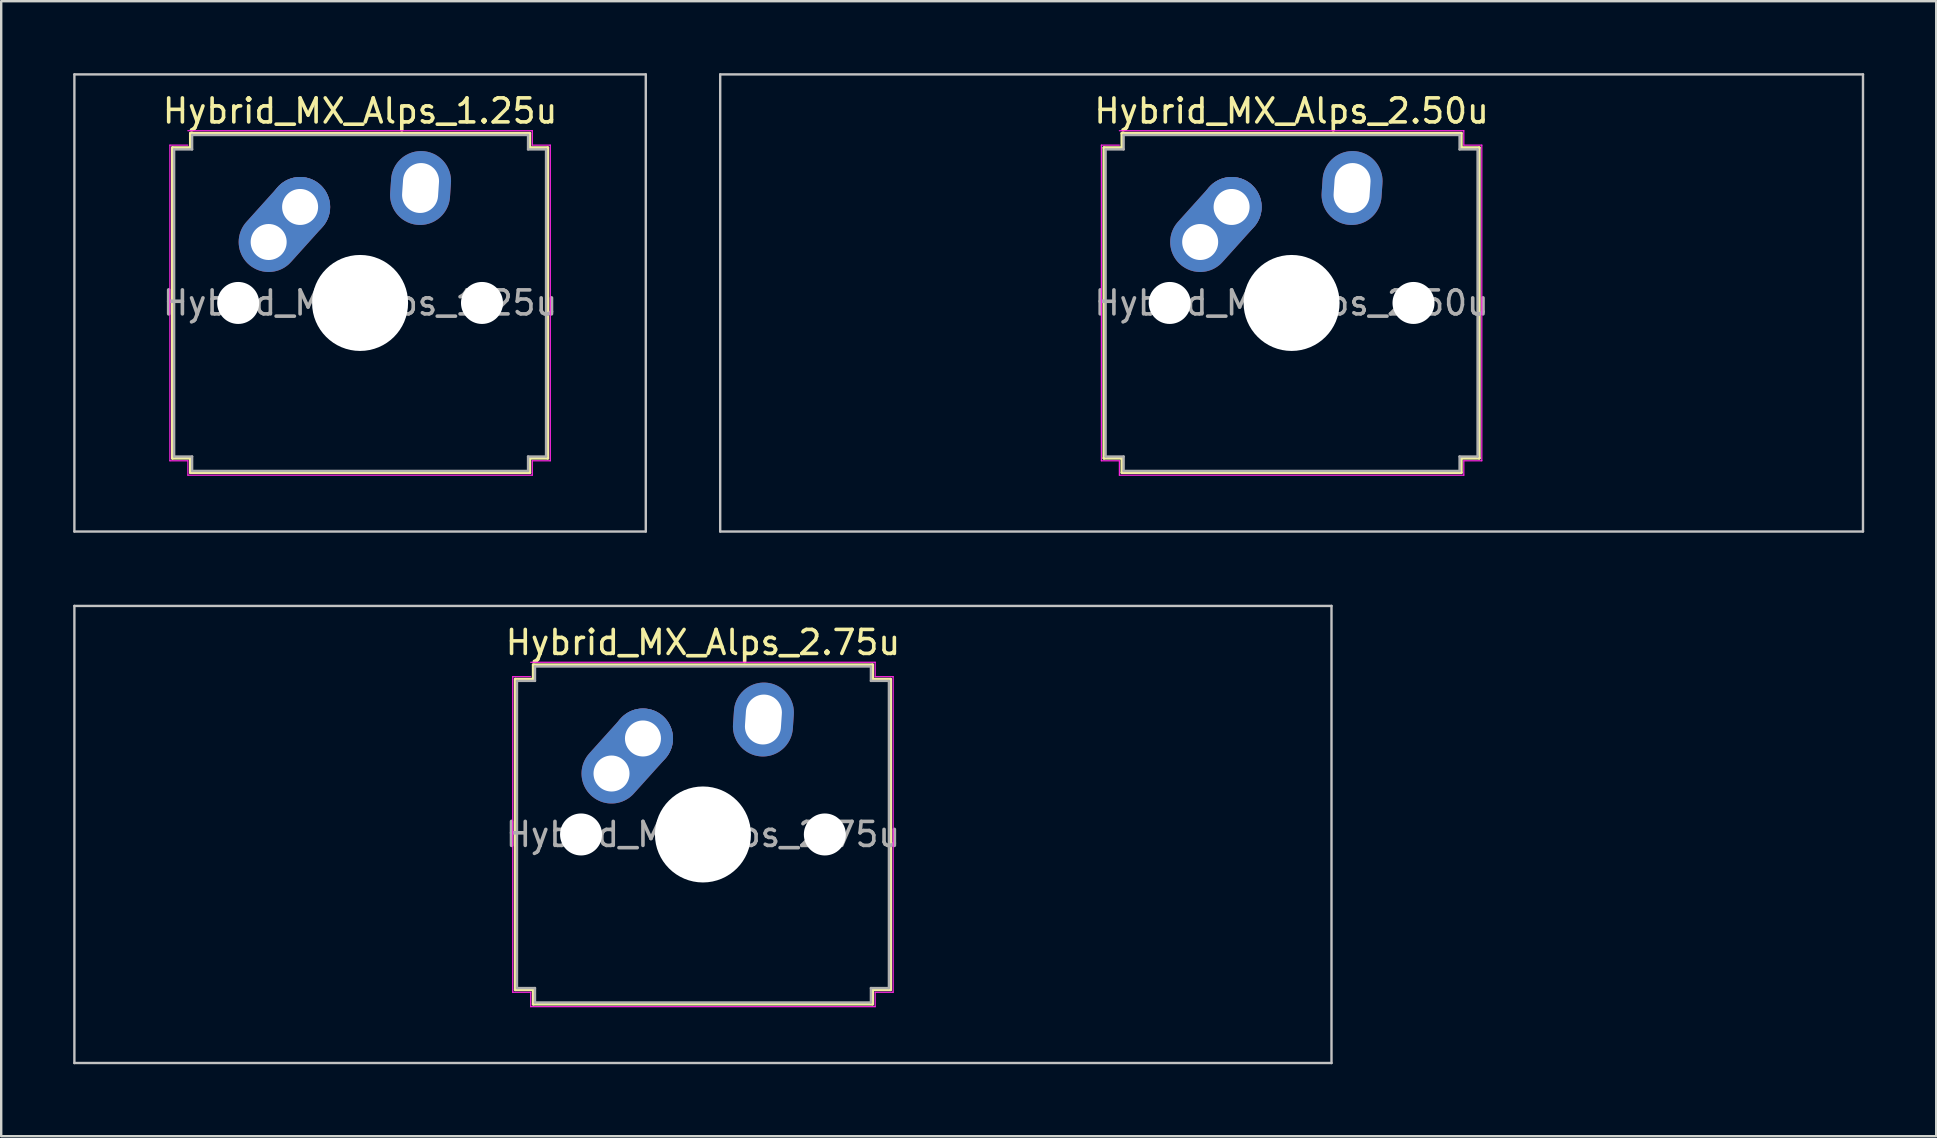
<source format=kicad_pcb>
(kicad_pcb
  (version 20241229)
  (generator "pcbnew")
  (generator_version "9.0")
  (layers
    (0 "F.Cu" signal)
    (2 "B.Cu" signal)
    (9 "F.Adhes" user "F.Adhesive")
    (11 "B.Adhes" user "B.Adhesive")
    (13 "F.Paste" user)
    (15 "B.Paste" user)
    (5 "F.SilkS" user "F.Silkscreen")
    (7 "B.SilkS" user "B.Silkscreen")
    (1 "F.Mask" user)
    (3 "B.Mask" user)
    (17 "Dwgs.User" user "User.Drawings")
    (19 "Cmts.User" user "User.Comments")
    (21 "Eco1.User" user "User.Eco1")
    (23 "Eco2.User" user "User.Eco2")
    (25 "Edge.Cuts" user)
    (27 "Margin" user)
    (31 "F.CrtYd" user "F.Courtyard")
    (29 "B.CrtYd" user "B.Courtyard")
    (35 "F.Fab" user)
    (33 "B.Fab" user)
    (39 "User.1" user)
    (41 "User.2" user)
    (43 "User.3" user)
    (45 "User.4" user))
  (footprint "Hybrid_MX_Alps_1.25u"
    (layer "F.Cu")
    (at 11.956 9.575)
    (property "Reference" "Hybrid_MX_Alps_1.25u" (at 0 -8 0) (layer "F.SilkS") (effects (font (size 1 1) (thickness 0.15))))
    (attr through_hole)
    (fp_line (start -7.821 -6.471) (end -7.071 -6.471) (stroke (width 0.12) (type solid)) (layer "F.SilkS"))
    (fp_line (start -7.821 6.471) (end -7.821 -6.471) (stroke (width 0.12) (type solid)) (layer "F.SilkS"))
    (fp_line (start -7.071 -7.071) (end 7.071 -7.071) (stroke (width 0.12) (type solid)) (layer "F.SilkS"))
    (fp_line (start -7.071 -6.471) (end -7.071 -7.071) (stroke (width 0.12) (type solid)) (layer "F.SilkS"))
    (fp_line (start -7.071 6.471) (end -7.821 6.471) (stroke (width 0.12) (type solid)) (layer "F.SilkS"))
    (fp_line (start -7.071 7.071) (end -7.071 6.471) (stroke (width 0.12) (type solid)) (layer "F.SilkS"))
    (fp_line (start 7.071 -7.071) (end 7.071 -6.471) (stroke (width 0.12) (type solid)) (layer "F.SilkS"))
    (fp_line (start 7.071 -6.471) (end 7.821 -6.471) (stroke (width 0.12) (type solid)) (layer "F.SilkS"))
    (fp_line (start 7.071 6.471) (end 7.071 7.071) (stroke (width 0.12) (type solid)) (layer "F.SilkS"))
    (fp_line (start 7.071 7.071) (end -7.071 7.071) (stroke (width 0.12) (type solid)) (layer "F.SilkS"))
    (fp_line (start 7.821 -6.471) (end 7.821 6.471) (stroke (width 0.12) (type solid)) (layer "F.SilkS"))
    (fp_line (start 7.821 6.471) (end 7.071 6.471) (stroke (width 0.12) (type solid)) (layer "F.SilkS"))
    (fp_line (start -11.906 -9.525) (end -11.906 9.525) (stroke (width 0.1) (type solid)) (layer "Dwgs.User"))
    (fp_line (start -11.906 9.525) (end 11.906 9.525) (stroke (width 0.1) (type solid)) (layer "Dwgs.User"))
    (fp_line (start 11.906 -9.525) (end -11.906 -9.525) (stroke (width 0.1) (type solid)) (layer "Dwgs.User"))
    (fp_line (start 11.906 9.525) (end 11.906 -9.525) (stroke (width 0.1) (type solid)) (layer "Dwgs.User"))
    (fp_line (start -7.927 -6.577) (end -7.177 -6.577) (stroke (width 0.05) (type solid)) (layer "F.CrtYd"))
    (fp_line (start -7.927 6.577) (end -7.927 -6.577) (stroke (width 0.05) (type solid)) (layer "F.CrtYd"))
    (fp_line (start -7.177 -7.177) (end 7.177 -7.177) (stroke (width 0.05) (type solid)) (layer "F.CrtYd"))
    (fp_line (start -7.177 6.577) (end -7.927 6.577) (stroke (width 0.05) (type solid)) (layer "F.CrtYd"))
    (fp_line (start -7.177 7.177) (end -7.177 6.577) (stroke (width 0.05) (type solid)) (layer "F.CrtYd"))
    (fp_line (start 7.177 -7.177) (end 7.177 -6.577) (stroke (width 0.05) (type solid)) (layer "F.CrtYd"))
    (fp_line (start 7.177 -6.577) (end 7.927 -6.577) (stroke (width 0.05) (type solid)) (layer "F.CrtYd"))
    (fp_line (start 7.177 6.577) (end 7.177 7.177) (stroke (width 0.05) (type solid)) (layer "F.CrtYd"))
    (fp_line (start 7.177 7.177) (end -7.177 7.177) (stroke (width 0.05) (type solid)) (layer "F.CrtYd"))
    (fp_line (start 7.927 -6.577) (end 7.927 6.577) (stroke (width 0.05) (type solid)) (layer "F.CrtYd"))
    (fp_line (start 7.927 6.577) (end 7.177 6.577) (stroke (width 0.05) (type solid)) (layer "F.CrtYd"))
    (fp_line (start -7.75 -6.4) (end -7 -6.4) (stroke (width 0.1) (type solid)) (layer "F.Fab"))
    (fp_line (start -7.75 6.4) (end -7.75 -6.4) (stroke (width 0.1) (type solid)) (layer "F.Fab"))
    (fp_line (start -7 -7) (end 7 -7) (stroke (width 0.1) (type solid)) (layer "F.Fab"))
    (fp_line (start -7 -6.4) (end -7 -7) (stroke (width 0.1) (type solid)) (layer "F.Fab"))
    (fp_line (start -7 6.4) (end -7.75 6.4) (stroke (width 0.1) (type solid)) (layer "F.Fab"))
    (fp_line (start -7 7) (end -7 6.4) (stroke (width 0.1) (type solid)) (layer "F.Fab"))
    (fp_line (start 7 -7) (end 7 -6.4) (stroke (width 0.1) (type solid)) (layer "F.Fab"))
    (fp_line (start 7 -6.4) (end 7.75 -6.4) (stroke (width 0.1) (type solid)) (layer "F.Fab"))
    (fp_line (start 7 6.4) (end 7 7) (stroke (width 0.1) (type solid)) (layer "F.Fab"))
    (fp_line (start 7 7) (end -7 7) (stroke (width 0.1) (type solid)) (layer "F.Fab"))
    (fp_line (start 7.75 -6.4) (end 7.75 6.4) (stroke (width 0.1) (type solid)) (layer "F.Fab"))
    (fp_line (start 7.75 6.4) (end 7 6.4) (stroke (width 0.1) (type solid)) (layer "F.Fab"))
    (fp_text user "${REFERENCE}" (at 0 0 0) (layer "F.Fab") (effects (font (size 1 1) (thickness 0.15))))
    (pad "" np_thru_hole circle (at -5.08 0) (size 1.75 1.75) (drill 1.75) (layers "*.Cu" "*.Mask"))
    (pad "" np_thru_hole circle (at 0 0) (size 4 4) (drill 4) (layers "*.Cu" "*.Mask"))
    (pad "" np_thru_hole circle (at 5.08 0) (size 1.75 1.75) (drill 1.75) (layers "*.Cu" "*.Mask"))
    (pad "1" thru_hole oval (at -3.81 -2.54 48) (size 4.462 2.5) (drill 1.5 (offset 0.981 0)) (layers "*.Cu" "*.Mask"))
    (pad "1" thru_hole circle (at -2.5 -4) (size 2.5 2.5) (drill 1.5) (layers "*.Cu" "*.Mask"))
    (pad "2" thru_hole oval (at 2.52 -4.79 86) (size 3.081 2.5) (drill oval 2.081 1.5) (layers "*.Cu" "*.Mask")))
  (footprint "Hybrid_MX_Alps_2.75u"
    (layer "F.Cu")
    (at 26.244 31.725)
    (property "Reference" "Hybrid_MX_Alps_2.75u" (at 0 -8 0) (layer "F.SilkS") (effects (font (size 1 1) (thickness 0.15))))
    (attr through_hole)
    (fp_line (start -7.821 -6.471) (end -7.071 -6.471) (stroke (width 0.12) (type solid)) (layer "F.SilkS"))
    (fp_line (start -7.821 6.471) (end -7.821 -6.471) (stroke (width 0.12) (type solid)) (layer "F.SilkS"))
    (fp_line (start -7.071 -7.071) (end 7.071 -7.071) (stroke (width 0.12) (type solid)) (layer "F.SilkS"))
    (fp_line (start -7.071 -6.471) (end -7.071 -7.071) (stroke (width 0.12) (type solid)) (layer "F.SilkS"))
    (fp_line (start -7.071 6.471) (end -7.821 6.471) (stroke (width 0.12) (type solid)) (layer "F.SilkS"))
    (fp_line (start -7.071 7.071) (end -7.071 6.471) (stroke (width 0.12) (type solid)) (layer "F.SilkS"))
    (fp_line (start 7.071 -7.071) (end 7.071 -6.471) (stroke (width 0.12) (type solid)) (layer "F.SilkS"))
    (fp_line (start 7.071 -6.471) (end 7.821 -6.471) (stroke (width 0.12) (type solid)) (layer "F.SilkS"))
    (fp_line (start 7.071 6.471) (end 7.071 7.071) (stroke (width 0.12) (type solid)) (layer "F.SilkS"))
    (fp_line (start 7.071 7.071) (end -7.071 7.071) (stroke (width 0.12) (type solid)) (layer "F.SilkS"))
    (fp_line (start 7.821 -6.471) (end 7.821 6.471) (stroke (width 0.12) (type solid)) (layer "F.SilkS"))
    (fp_line (start 7.821 6.471) (end 7.071 6.471) (stroke (width 0.12) (type solid)) (layer "F.SilkS"))
    (fp_line (start -26.194 -9.525) (end -26.194 9.525) (stroke (width 0.1) (type solid)) (layer "Dwgs.User"))
    (fp_line (start -26.194 9.525) (end 26.194 9.525) (stroke (width 0.1) (type solid)) (layer "Dwgs.User"))
    (fp_line (start 26.194 -9.525) (end -26.194 -9.525) (stroke (width 0.1) (type solid)) (layer "Dwgs.User"))
    (fp_line (start 26.194 9.525) (end 26.194 -9.525) (stroke (width 0.1) (type solid)) (layer "Dwgs.User"))
    (fp_line (start -7.927 -6.577) (end -7.177 -6.577) (stroke (width 0.05) (type solid)) (layer "F.CrtYd"))
    (fp_line (start -7.927 6.577) (end -7.927 -6.577) (stroke (width 0.05) (type solid)) (layer "F.CrtYd"))
    (fp_line (start -7.177 -7.177) (end 7.177 -7.177) (stroke (width 0.05) (type solid)) (layer "F.CrtYd"))
    (fp_line (start -7.177 6.577) (end -7.927 6.577) (stroke (width 0.05) (type solid)) (layer "F.CrtYd"))
    (fp_line (start -7.177 7.177) (end -7.177 6.577) (stroke (width 0.05) (type solid)) (layer "F.CrtYd"))
    (fp_line (start 7.177 -7.177) (end 7.177 -6.577) (stroke (width 0.05) (type solid)) (layer "F.CrtYd"))
    (fp_line (start 7.177 -6.577) (end 7.927 -6.577) (stroke (width 0.05) (type solid)) (layer "F.CrtYd"))
    (fp_line (start 7.177 6.577) (end 7.177 7.177) (stroke (width 0.05) (type solid)) (layer "F.CrtYd"))
    (fp_line (start 7.177 7.177) (end -7.177 7.177) (stroke (width 0.05) (type solid)) (layer "F.CrtYd"))
    (fp_line (start 7.927 -6.577) (end 7.927 6.577) (stroke (width 0.05) (type solid)) (layer "F.CrtYd"))
    (fp_line (start 7.927 6.577) (end 7.177 6.577) (stroke (width 0.05) (type solid)) (layer "F.CrtYd"))
    (fp_line (start -7.75 -6.4) (end -7 -6.4) (stroke (width 0.1) (type solid)) (layer "F.Fab"))
    (fp_line (start -7.75 6.4) (end -7.75 -6.4) (stroke (width 0.1) (type solid)) (layer "F.Fab"))
    (fp_line (start -7 -7) (end 7 -7) (stroke (width 0.1) (type solid)) (layer "F.Fab"))
    (fp_line (start -7 -6.4) (end -7 -7) (stroke (width 0.1) (type solid)) (layer "F.Fab"))
    (fp_line (start -7 6.4) (end -7.75 6.4) (stroke (width 0.1) (type solid)) (layer "F.Fab"))
    (fp_line (start -7 7) (end -7 6.4) (stroke (width 0.1) (type solid)) (layer "F.Fab"))
    (fp_line (start 7 -7) (end 7 -6.4) (stroke (width 0.1) (type solid)) (layer "F.Fab"))
    (fp_line (start 7 -6.4) (end 7.75 -6.4) (stroke (width 0.1) (type solid)) (layer "F.Fab"))
    (fp_line (start 7 6.4) (end 7 7) (stroke (width 0.1) (type solid)) (layer "F.Fab"))
    (fp_line (start 7 7) (end -7 7) (stroke (width 0.1) (type solid)) (layer "F.Fab"))
    (fp_line (start 7.75 -6.4) (end 7.75 6.4) (stroke (width 0.1) (type solid)) (layer "F.Fab"))
    (fp_line (start 7.75 6.4) (end 7 6.4) (stroke (width 0.1) (type solid)) (layer "F.Fab"))
    (fp_text user "${REFERENCE}" (at 0 0 0) (layer "F.Fab") (effects (font (size 1 1) (thickness 0.15))))
    (pad "" np_thru_hole circle (at -5.08 0) (size 1.75 1.75) (drill 1.75) (layers "*.Cu" "*.Mask"))
    (pad "" np_thru_hole circle (at 0 0) (size 4 4) (drill 4) (layers "*.Cu" "*.Mask"))
    (pad "" np_thru_hole circle (at 5.08 0) (size 1.75 1.75) (drill 1.75) (layers "*.Cu" "*.Mask"))
    (pad "1" thru_hole oval (at -3.81 -2.54 48) (size 4.462 2.5) (drill 1.5 (offset 0.981 0)) (layers "*.Cu" "*.Mask"))
    (pad "1" thru_hole circle (at -2.5 -4) (size 2.5 2.5) (drill 1.5) (layers "*.Cu" "*.Mask"))
    (pad "2" thru_hole oval (at 2.52 -4.79 86) (size 3.081 2.5) (drill oval 2.081 1.5) (layers "*.Cu" "*.Mask")))
  (footprint "Hybrid_MX_Alps_2.50u"
    (layer "F.Cu")
    (at 50.775 9.575)
    (property "Reference" "Hybrid_MX_Alps_2.50u" (at 0 -8 0) (layer "F.SilkS") (effects (font (size 1 1) (thickness 0.15))))
    (attr through_hole)
    (fp_line (start -7.821 -6.471) (end -7.071 -6.471) (stroke (width 0.12) (type solid)) (layer "F.SilkS"))
    (fp_line (start -7.821 6.471) (end -7.821 -6.471) (stroke (width 0.12) (type solid)) (layer "F.SilkS"))
    (fp_line (start -7.071 -7.071) (end 7.071 -7.071) (stroke (width 0.12) (type solid)) (layer "F.SilkS"))
    (fp_line (start -7.071 -6.471) (end -7.071 -7.071) (stroke (width 0.12) (type solid)) (layer "F.SilkS"))
    (fp_line (start -7.071 6.471) (end -7.821 6.471) (stroke (width 0.12) (type solid)) (layer "F.SilkS"))
    (fp_line (start -7.071 7.071) (end -7.071 6.471) (stroke (width 0.12) (type solid)) (layer "F.SilkS"))
    (fp_line (start 7.071 -7.071) (end 7.071 -6.471) (stroke (width 0.12) (type solid)) (layer "F.SilkS"))
    (fp_line (start 7.071 -6.471) (end 7.821 -6.471) (stroke (width 0.12) (type solid)) (layer "F.SilkS"))
    (fp_line (start 7.071 6.471) (end 7.071 7.071) (stroke (width 0.12) (type solid)) (layer "F.SilkS"))
    (fp_line (start 7.071 7.071) (end -7.071 7.071) (stroke (width 0.12) (type solid)) (layer "F.SilkS"))
    (fp_line (start 7.821 -6.471) (end 7.821 6.471) (stroke (width 0.12) (type solid)) (layer "F.SilkS"))
    (fp_line (start 7.821 6.471) (end 7.071 6.471) (stroke (width 0.12) (type solid)) (layer "F.SilkS"))
    (fp_line (start -23.812 -9.525) (end -23.812 9.525) (stroke (width 0.1) (type solid)) (layer "Dwgs.User"))
    (fp_line (start -23.812 9.525) (end 23.812 9.525) (stroke (width 0.1) (type solid)) (layer "Dwgs.User"))
    (fp_line (start 23.812 -9.525) (end -23.812 -9.525) (stroke (width 0.1) (type solid)) (layer "Dwgs.User"))
    (fp_line (start 23.812 9.525) (end 23.812 -9.525) (stroke (width 0.1) (type solid)) (layer "Dwgs.User"))
    (fp_line (start -7.927 -6.577) (end -7.177 -6.577) (stroke (width 0.05) (type solid)) (layer "F.CrtYd"))
    (fp_line (start -7.927 6.577) (end -7.927 -6.577) (stroke (width 0.05) (type solid)) (layer "F.CrtYd"))
    (fp_line (start -7.177 -7.177) (end 7.177 -7.177) (stroke (width 0.05) (type solid)) (layer "F.CrtYd"))
    (fp_line (start -7.177 6.577) (end -7.927 6.577) (stroke (width 0.05) (type solid)) (layer "F.CrtYd"))
    (fp_line (start -7.177 7.177) (end -7.177 6.577) (stroke (width 0.05) (type solid)) (layer "F.CrtYd"))
    (fp_line (start 7.177 -7.177) (end 7.177 -6.577) (stroke (width 0.05) (type solid)) (layer "F.CrtYd"))
    (fp_line (start 7.177 -6.577) (end 7.927 -6.577) (stroke (width 0.05) (type solid)) (layer "F.CrtYd"))
    (fp_line (start 7.177 6.577) (end 7.177 7.177) (stroke (width 0.05) (type solid)) (layer "F.CrtYd"))
    (fp_line (start 7.177 7.177) (end -7.177 7.177) (stroke (width 0.05) (type solid)) (layer "F.CrtYd"))
    (fp_line (start 7.927 -6.577) (end 7.927 6.577) (stroke (width 0.05) (type solid)) (layer "F.CrtYd"))
    (fp_line (start 7.927 6.577) (end 7.177 6.577) (stroke (width 0.05) (type solid)) (layer "F.CrtYd"))
    (fp_line (start -7.75 -6.4) (end -7 -6.4) (stroke (width 0.1) (type solid)) (layer "F.Fab"))
    (fp_line (start -7.75 6.4) (end -7.75 -6.4) (stroke (width 0.1) (type solid)) (layer "F.Fab"))
    (fp_line (start -7 -7) (end 7 -7) (stroke (width 0.1) (type solid)) (layer "F.Fab"))
    (fp_line (start -7 -6.4) (end -7 -7) (stroke (width 0.1) (type solid)) (layer "F.Fab"))
    (fp_line (start -7 6.4) (end -7.75 6.4) (stroke (width 0.1) (type solid)) (layer "F.Fab"))
    (fp_line (start -7 7) (end -7 6.4) (stroke (width 0.1) (type solid)) (layer "F.Fab"))
    (fp_line (start 7 -7) (end 7 -6.4) (stroke (width 0.1) (type solid)) (layer "F.Fab"))
    (fp_line (start 7 -6.4) (end 7.75 -6.4) (stroke (width 0.1) (type solid)) (layer "F.Fab"))
    (fp_line (start 7 6.4) (end 7 7) (stroke (width 0.1) (type solid)) (layer "F.Fab"))
    (fp_line (start 7 7) (end -7 7) (stroke (width 0.1) (type solid)) (layer "F.Fab"))
    (fp_line (start 7.75 -6.4) (end 7.75 6.4) (stroke (width 0.1) (type solid)) (layer "F.Fab"))
    (fp_line (start 7.75 6.4) (end 7 6.4) (stroke (width 0.1) (type solid)) (layer "F.Fab"))
    (fp_text user "${REFERENCE}" (at 0 0 0) (layer "F.Fab") (effects (font (size 1 1) (thickness 0.15))))
    (pad "" np_thru_hole circle (at -5.08 0) (size 1.75 1.75) (drill 1.75) (layers "*.Cu" "*.Mask"))
    (pad "" np_thru_hole circle (at 0 0) (size 4 4) (drill 4) (layers "*.Cu" "*.Mask"))
    (pad "" np_thru_hole circle (at 5.08 0) (size 1.75 1.75) (drill 1.75) (layers "*.Cu" "*.Mask"))
    (pad "1" thru_hole oval (at -3.81 -2.54 48) (size 4.462 2.5) (drill 1.5 (offset 0.981 0)) (layers "*.Cu" "*.Mask"))
    (pad "1" thru_hole circle (at -2.5 -4) (size 2.5 2.5) (drill 1.5) (layers "*.Cu" "*.Mask"))
    (pad "2" thru_hole oval (at 2.52 -4.79 86) (size 3.081 2.5) (drill oval 2.081 1.5) (layers "*.Cu" "*.Mask")))
  (gr_rect
    (start -3 -3)
    (end 77.638 44.3)
    (stroke (width 0.1) (type default))
    (fill no)
    (layer "Edge.Cuts")))
</source>
